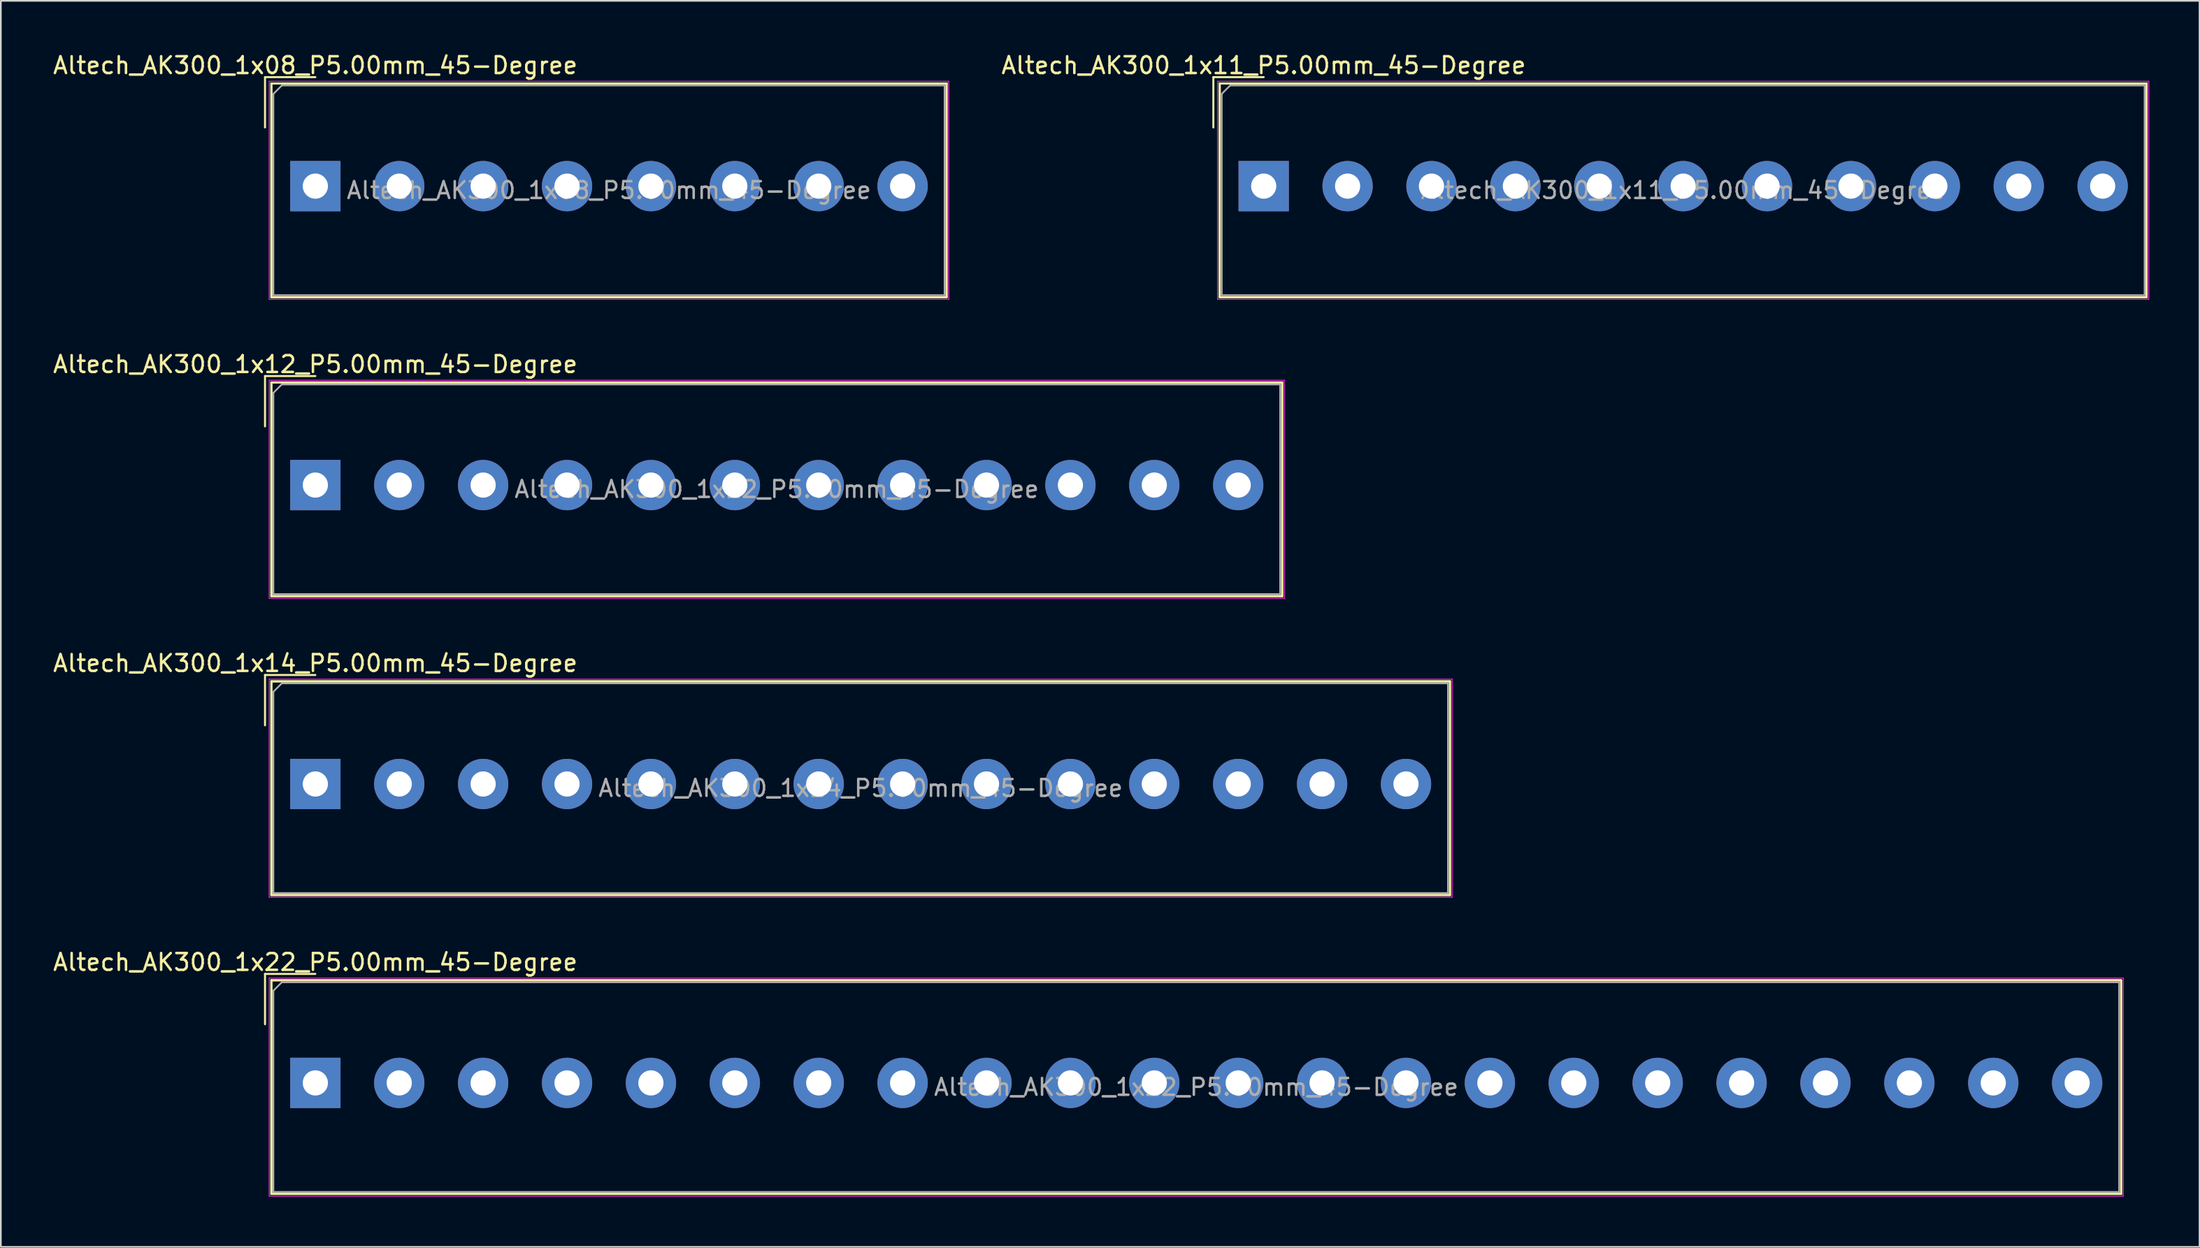
<source format=kicad_pcb>
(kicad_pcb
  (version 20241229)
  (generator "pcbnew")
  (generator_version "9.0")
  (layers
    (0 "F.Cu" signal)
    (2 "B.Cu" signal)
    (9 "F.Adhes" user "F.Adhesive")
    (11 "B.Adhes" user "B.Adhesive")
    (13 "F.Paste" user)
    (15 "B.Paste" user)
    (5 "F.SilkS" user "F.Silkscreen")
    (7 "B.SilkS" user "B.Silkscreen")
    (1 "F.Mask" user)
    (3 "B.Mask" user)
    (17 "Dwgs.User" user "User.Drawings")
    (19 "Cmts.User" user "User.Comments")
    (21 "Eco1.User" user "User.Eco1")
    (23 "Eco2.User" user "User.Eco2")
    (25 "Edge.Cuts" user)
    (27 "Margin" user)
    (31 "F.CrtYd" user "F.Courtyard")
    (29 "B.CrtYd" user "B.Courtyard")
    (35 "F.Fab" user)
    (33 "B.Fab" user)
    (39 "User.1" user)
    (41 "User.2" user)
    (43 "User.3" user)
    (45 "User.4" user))
  (footprint "Altech_AK300_1x14_P5.00mm_45-Degree"
    (layer "F.Cu")
    (at 15.744 43.695)
    (property "Reference" "Altech_AK300_1x14_P5.00mm_45-Degree" (at 0 -7.2 0) (layer "F.SilkS") (effects (font (size 1 1) (thickness 0.15))))
    (attr through_hole)
    (fp_line (start -3 -6.5) (end 0 -6.5) (stroke (width 0.12) (type solid)) (layer "F.SilkS"))
    (fp_line (start -3 -3.5) (end -3 -6.5) (stroke (width 0.12) (type solid)) (layer "F.SilkS"))
    (fp_line (start -2.62 -6.12) (end -2.62 6.62) (stroke (width 0.12) (type solid)) (layer "F.SilkS"))
    (fp_line (start -2.62 -6.12) (end -2.62 6.62) (stroke (width 0.12) (type solid)) (layer "F.SilkS"))
    (fp_line (start -2.62 -6.12) (end 67.62 -6.12) (stroke (width 0.12) (type solid)) (layer "F.SilkS"))
    (fp_line (start -2.62 -6.12) (end 67.62 -6.12) (stroke (width 0.12) (type solid)) (layer "F.SilkS"))
    (fp_line (start -2.62 6.62) (end 67.62 6.62) (stroke (width 0.12) (type solid)) (layer "F.SilkS"))
    (fp_line (start -2.62 6.62) (end 67.62 6.62) (stroke (width 0.12) (type solid)) (layer "F.SilkS"))
    (fp_line (start 67.62 -6.12) (end 67.62 6.62) (stroke (width 0.12) (type solid)) (layer "F.SilkS"))
    (fp_line (start 67.62 -6.12) (end 67.62 6.62) (stroke (width 0.12) (type solid)) (layer "F.SilkS"))
    (fp_line (start -2.75 -6.25) (end -2.75 6.75) (stroke (width 0.05) (type solid)) (layer "F.CrtYd"))
    (fp_line (start -2.75 -6.25) (end 67.75 -6.25) (stroke (width 0.05) (type solid)) (layer "F.CrtYd"))
    (fp_line (start -2.75 6.75) (end 67.75 6.75) (stroke (width 0.05) (type solid)) (layer "F.CrtYd"))
    (fp_line (start 67.75 -6.25) (end 67.75 6.75) (stroke (width 0.05) (type solid)) (layer "F.CrtYd"))
    (fp_line (start -2.5 -5.5) (end -2 -6) (stroke (width 0.1) (type solid)) (layer "F.Fab"))
    (fp_line (start -2.5 6.5) (end -2.5 -5.5) (stroke (width 0.1) (type solid)) (layer "F.Fab"))
    (fp_line (start -2 -6) (end 67.5 -6) (stroke (width 0.1) (type solid)) (layer "F.Fab"))
    (fp_line (start 67.5 -6) (end 67.5 6.5) (stroke (width 0.1) (type solid)) (layer "F.Fab"))
    (fp_line (start 67.5 6.5) (end -2.5 6.5) (stroke (width 0.1) (type solid)) (layer "F.Fab"))
    (fp_text user "${REFERENCE}" (at 32.5 0.25 0) (layer "F.Fab") (effects (font (size 1 1) (thickness 0.15))))
    (pad "1" thru_hole rect (at 0 0) (size 3 3) (drill 1.5) (layers "*.Cu" "*.Mask"))
    (pad "2" thru_hole circle (at 5 0) (size 3 3) (drill 1.5) (layers "*.Cu" "*.Mask"))
    (pad "3" thru_hole circle (at 10 0) (size 3 3) (drill 1.5) (layers "*.Cu" "*.Mask"))
    (pad "4" thru_hole circle (at 15 0) (size 3 3) (drill 1.5) (layers "*.Cu" "*.Mask"))
    (pad "5" thru_hole circle (at 20 0) (size 3 3) (drill 1.5) (layers "*.Cu" "*.Mask"))
    (pad "6" thru_hole circle (at 25 0) (size 3 3) (drill 1.5) (layers "*.Cu" "*.Mask"))
    (pad "7" thru_hole circle (at 30 0) (size 3 3) (drill 1.5) (layers "*.Cu" "*.Mask"))
    (pad "8" thru_hole circle (at 35 0) (size 3 3) (drill 1.5) (layers "*.Cu" "*.Mask"))
    (pad "9" thru_hole circle (at 40 0) (size 3 3) (drill 1.5) (layers "*.Cu" "*.Mask"))
    (pad "10" thru_hole circle (at 45 0) (size 3 3) (drill 1.5) (layers "*.Cu" "*.Mask"))
    (pad "11" thru_hole circle (at 50 0) (size 3 3) (drill 1.5) (layers "*.Cu" "*.Mask"))
    (pad "12" thru_hole circle (at 55 0) (size 3 3) (drill 1.5) (layers "*.Cu" "*.Mask"))
    (pad "13" thru_hole circle (at 60 0) (size 3 3) (drill 1.5) (layers "*.Cu" "*.Mask"))
    (pad "14" thru_hole circle (at 65 0) (size 3 3) (drill 1.5) (layers "*.Cu" "*.Mask")))
  (footprint "Altech_AK300_1x11_P5.00mm_45-Degree"
    (layer "F.Cu")
    (at 72.263 8.048)
    (property "Reference" "Altech_AK300_1x11_P5.00mm_45-Degree" (at 0 -7.2 0) (layer "F.SilkS") (effects (font (size 1 1) (thickness 0.15))))
    (attr through_hole)
    (fp_line (start -3 -6.5) (end 0 -6.5) (stroke (width 0.12) (type solid)) (layer "F.SilkS"))
    (fp_line (start -3 -3.5) (end -3 -6.5) (stroke (width 0.12) (type solid)) (layer "F.SilkS"))
    (fp_line (start -2.62 -6.12) (end -2.62 6.62) (stroke (width 0.12) (type solid)) (layer "F.SilkS"))
    (fp_line (start -2.62 -6.12) (end -2.62 6.62) (stroke (width 0.12) (type solid)) (layer "F.SilkS"))
    (fp_line (start -2.62 -6.12) (end 52.62 -6.12) (stroke (width 0.12) (type solid)) (layer "F.SilkS"))
    (fp_line (start -2.62 -6.12) (end 52.62 -6.12) (stroke (width 0.12) (type solid)) (layer "F.SilkS"))
    (fp_line (start -2.62 6.62) (end 52.62 6.62) (stroke (width 0.12) (type solid)) (layer "F.SilkS"))
    (fp_line (start -2.62 6.62) (end 52.62 6.62) (stroke (width 0.12) (type solid)) (layer "F.SilkS"))
    (fp_line (start 52.62 -6.12) (end 52.62 6.62) (stroke (width 0.12) (type solid)) (layer "F.SilkS"))
    (fp_line (start 52.62 -6.12) (end 52.62 6.62) (stroke (width 0.12) (type solid)) (layer "F.SilkS"))
    (fp_line (start -2.75 -6.25) (end -2.75 6.75) (stroke (width 0.05) (type solid)) (layer "F.CrtYd"))
    (fp_line (start -2.75 -6.25) (end 52.75 -6.25) (stroke (width 0.05) (type solid)) (layer "F.CrtYd"))
    (fp_line (start -2.75 6.75) (end 52.75 6.75) (stroke (width 0.05) (type solid)) (layer "F.CrtYd"))
    (fp_line (start 52.75 -6.25) (end 52.75 6.75) (stroke (width 0.05) (type solid)) (layer "F.CrtYd"))
    (fp_line (start -2.5 -5.5) (end -2 -6) (stroke (width 0.1) (type solid)) (layer "F.Fab"))
    (fp_line (start -2.5 6.5) (end -2.5 -5.5) (stroke (width 0.1) (type solid)) (layer "F.Fab"))
    (fp_line (start -2 -6) (end 52.5 -6) (stroke (width 0.1) (type solid)) (layer "F.Fab"))
    (fp_line (start 52.5 -6) (end 52.5 6.5) (stroke (width 0.1) (type solid)) (layer "F.Fab"))
    (fp_line (start 52.5 6.5) (end -2.5 6.5) (stroke (width 0.1) (type solid)) (layer "F.Fab"))
    (fp_text user "${REFERENCE}" (at 25 0.25 0) (layer "F.Fab") (effects (font (size 1 1) (thickness 0.15))))
    (pad "1" thru_hole rect (at 0 0) (size 3 3) (drill 1.5) (layers "*.Cu" "*.Mask"))
    (pad "2" thru_hole circle (at 5 0) (size 3 3) (drill 1.5) (layers "*.Cu" "*.Mask"))
    (pad "3" thru_hole circle (at 10 0) (size 3 3) (drill 1.5) (layers "*.Cu" "*.Mask"))
    (pad "4" thru_hole circle (at 15 0) (size 3 3) (drill 1.5) (layers "*.Cu" "*.Mask"))
    (pad "5" thru_hole circle (at 20 0) (size 3 3) (drill 1.5) (layers "*.Cu" "*.Mask"))
    (pad "6" thru_hole circle (at 25 0) (size 3 3) (drill 1.5) (layers "*.Cu" "*.Mask"))
    (pad "7" thru_hole circle (at 30 0) (size 3 3) (drill 1.5) (layers "*.Cu" "*.Mask"))
    (pad "8" thru_hole circle (at 35 0) (size 3 3) (drill 1.5) (layers "*.Cu" "*.Mask"))
    (pad "9" thru_hole circle (at 40 0) (size 3 3) (drill 1.5) (layers "*.Cu" "*.Mask"))
    (pad "10" thru_hole circle (at 45 0) (size 3 3) (drill 1.5) (layers "*.Cu" "*.Mask"))
    (pad "11" thru_hole circle (at 50 0) (size 3 3) (drill 1.5) (layers "*.Cu" "*.Mask")))
  (footprint "Altech_AK300_1x22_P5.00mm_45-Degree"
    (layer "F.Cu")
    (at 15.744 61.518)
    (property "Reference" "Altech_AK300_1x22_P5.00mm_45-Degree" (at 0 -7.2 0) (layer "F.SilkS") (effects (font (size 1 1) (thickness 0.15))))
    (attr through_hole)
    (fp_line (start -3 -6.5) (end 0 -6.5) (stroke (width 0.12) (type solid)) (layer "F.SilkS"))
    (fp_line (start -3 -3.5) (end -3 -6.5) (stroke (width 0.12) (type solid)) (layer "F.SilkS"))
    (fp_line (start -2.62 -6.12) (end -2.62 6.62) (stroke (width 0.12) (type solid)) (layer "F.SilkS"))
    (fp_line (start -2.62 -6.12) (end -2.62 6.62) (stroke (width 0.12) (type solid)) (layer "F.SilkS"))
    (fp_line (start -2.62 -6.12) (end 107.62 -6.12) (stroke (width 0.12) (type solid)) (layer "F.SilkS"))
    (fp_line (start -2.62 -6.12) (end 107.62 -6.12) (stroke (width 0.12) (type solid)) (layer "F.SilkS"))
    (fp_line (start -2.62 6.62) (end 107.62 6.62) (stroke (width 0.12) (type solid)) (layer "F.SilkS"))
    (fp_line (start -2.62 6.62) (end 107.62 6.62) (stroke (width 0.12) (type solid)) (layer "F.SilkS"))
    (fp_line (start 107.62 -6.12) (end 107.62 6.62) (stroke (width 0.12) (type solid)) (layer "F.SilkS"))
    (fp_line (start 107.62 -6.12) (end 107.62 6.62) (stroke (width 0.12) (type solid)) (layer "F.SilkS"))
    (fp_line (start -2.75 -6.25) (end -2.75 6.75) (stroke (width 0.05) (type solid)) (layer "F.CrtYd"))
    (fp_line (start -2.75 -6.25) (end 107.75 -6.25) (stroke (width 0.05) (type solid)) (layer "F.CrtYd"))
    (fp_line (start -2.75 6.75) (end 107.75 6.75) (stroke (width 0.05) (type solid)) (layer "F.CrtYd"))
    (fp_line (start 107.75 -6.25) (end 107.75 6.75) (stroke (width 0.05) (type solid)) (layer "F.CrtYd"))
    (fp_line (start -2.5 -5.5) (end -2 -6) (stroke (width 0.1) (type solid)) (layer "F.Fab"))
    (fp_line (start -2.5 6.5) (end -2.5 -5.5) (stroke (width 0.1) (type solid)) (layer "F.Fab"))
    (fp_line (start -2 -6) (end 107.5 -6) (stroke (width 0.1) (type solid)) (layer "F.Fab"))
    (fp_line (start 107.5 -6) (end 107.5 6.5) (stroke (width 0.1) (type solid)) (layer "F.Fab"))
    (fp_line (start 107.5 6.5) (end -2.5 6.5) (stroke (width 0.1) (type solid)) (layer "F.Fab"))
    (fp_text user "${REFERENCE}" (at 52.5 0.25 0) (layer "F.Fab") (effects (font (size 1 1) (thickness 0.15))))
    (pad "1" thru_hole rect (at 0 0) (size 3 3) (drill 1.5) (layers "*.Cu" "*.Mask"))
    (pad "2" thru_hole circle (at 5 0) (size 3 3) (drill 1.5) (layers "*.Cu" "*.Mask"))
    (pad "3" thru_hole circle (at 10 0) (size 3 3) (drill 1.5) (layers "*.Cu" "*.Mask"))
    (pad "4" thru_hole circle (at 15 0) (size 3 3) (drill 1.5) (layers "*.Cu" "*.Mask"))
    (pad "5" thru_hole circle (at 20 0) (size 3 3) (drill 1.5) (layers "*.Cu" "*.Mask"))
    (pad "6" thru_hole circle (at 25 0) (size 3 3) (drill 1.5) (layers "*.Cu" "*.Mask"))
    (pad "7" thru_hole circle (at 30 0) (size 3 3) (drill 1.5) (layers "*.Cu" "*.Mask"))
    (pad "8" thru_hole circle (at 35 0) (size 3 3) (drill 1.5) (layers "*.Cu" "*.Mask"))
    (pad "9" thru_hole circle (at 40 0) (size 3 3) (drill 1.5) (layers "*.Cu" "*.Mask"))
    (pad "10" thru_hole circle (at 45 0) (size 3 3) (drill 1.5) (layers "*.Cu" "*.Mask"))
    (pad "11" thru_hole circle (at 50 0) (size 3 3) (drill 1.5) (layers "*.Cu" "*.Mask"))
    (pad "12" thru_hole circle (at 55 0) (size 3 3) (drill 1.5) (layers "*.Cu" "*.Mask"))
    (pad "13" thru_hole circle (at 60 0) (size 3 3) (drill 1.5) (layers "*.Cu" "*.Mask"))
    (pad "14" thru_hole circle (at 65 0) (size 3 3) (drill 1.5) (layers "*.Cu" "*.Mask"))
    (pad "15" thru_hole circle (at 70 0) (size 3 3) (drill 1.5) (layers "*.Cu" "*.Mask"))
    (pad "16" thru_hole circle (at 75 0) (size 3 3) (drill 1.5) (layers "*.Cu" "*.Mask"))
    (pad "17" thru_hole circle (at 80 0) (size 3 3) (drill 1.5) (layers "*.Cu" "*.Mask"))
    (pad "18" thru_hole circle (at 85 0) (size 3 3) (drill 1.5) (layers "*.Cu" "*.Mask"))
    (pad "19" thru_hole circle (at 90 0) (size 3 3) (drill 1.5) (layers "*.Cu" "*.Mask"))
    (pad "20" thru_hole circle (at 95 0) (size 3 3) (drill 1.5) (layers "*.Cu" "*.Mask"))
    (pad "21" thru_hole circle (at 100 0) (size 3 3) (drill 1.5) (layers "*.Cu" "*.Mask"))
    (pad "22" thru_hole circle (at 105 0) (size 3 3) (drill 1.5) (layers "*.Cu" "*.Mask")))
  (footprint "Altech_AK300_1x12_P5.00mm_45-Degree"
    (layer "F.Cu")
    (at 15.744 25.872)
    (property "Reference" "Altech_AK300_1x12_P5.00mm_45-Degree" (at 0 -7.2 0) (layer "F.SilkS") (effects (font (size 1 1) (thickness 0.15))))
    (attr through_hole)
    (fp_line (start -3 -6.5) (end 0 -6.5) (stroke (width 0.12) (type solid)) (layer "F.SilkS"))
    (fp_line (start -3 -3.5) (end -3 -6.5) (stroke (width 0.12) (type solid)) (layer "F.SilkS"))
    (fp_line (start -2.62 -6.12) (end -2.62 6.62) (stroke (width 0.12) (type solid)) (layer "F.SilkS"))
    (fp_line (start -2.62 -6.12) (end -2.62 6.62) (stroke (width 0.12) (type solid)) (layer "F.SilkS"))
    (fp_line (start -2.62 -6.12) (end 57.62 -6.12) (stroke (width 0.12) (type solid)) (layer "F.SilkS"))
    (fp_line (start -2.62 -6.12) (end 57.62 -6.12) (stroke (width 0.12) (type solid)) (layer "F.SilkS"))
    (fp_line (start -2.62 6.62) (end 57.62 6.62) (stroke (width 0.12) (type solid)) (layer "F.SilkS"))
    (fp_line (start -2.62 6.62) (end 57.62 6.62) (stroke (width 0.12) (type solid)) (layer "F.SilkS"))
    (fp_line (start 57.62 -6.12) (end 57.62 6.62) (stroke (width 0.12) (type solid)) (layer "F.SilkS"))
    (fp_line (start 57.62 -6.12) (end 57.62 6.62) (stroke (width 0.12) (type solid)) (layer "F.SilkS"))
    (fp_line (start -2.75 -6.25) (end -2.75 6.75) (stroke (width 0.05) (type solid)) (layer "F.CrtYd"))
    (fp_line (start -2.75 -6.25) (end 57.75 -6.25) (stroke (width 0.05) (type solid)) (layer "F.CrtYd"))
    (fp_line (start -2.75 6.75) (end 57.75 6.75) (stroke (width 0.05) (type solid)) (layer "F.CrtYd"))
    (fp_line (start 57.75 -6.25) (end 57.75 6.75) (stroke (width 0.05) (type solid)) (layer "F.CrtYd"))
    (fp_line (start -2.5 -5.5) (end -2 -6) (stroke (width 0.1) (type solid)) (layer "F.Fab"))
    (fp_line (start -2.5 6.5) (end -2.5 -5.5) (stroke (width 0.1) (type solid)) (layer "F.Fab"))
    (fp_line (start -2 -6) (end 57.5 -6) (stroke (width 0.1) (type solid)) (layer "F.Fab"))
    (fp_line (start 57.5 -6) (end 57.5 6.5) (stroke (width 0.1) (type solid)) (layer "F.Fab"))
    (fp_line (start 57.5 6.5) (end -2.5 6.5) (stroke (width 0.1) (type solid)) (layer "F.Fab"))
    (fp_text user "${REFERENCE}" (at 27.5 0.25 0) (layer "F.Fab") (effects (font (size 1 1) (thickness 0.15))))
    (pad "1" thru_hole rect (at 0 0) (size 3 3) (drill 1.5) (layers "*.Cu" "*.Mask"))
    (pad "2" thru_hole circle (at 5 0) (size 3 3) (drill 1.5) (layers "*.Cu" "*.Mask"))
    (pad "3" thru_hole circle (at 10 0) (size 3 3) (drill 1.5) (layers "*.Cu" "*.Mask"))
    (pad "4" thru_hole circle (at 15 0) (size 3 3) (drill 1.5) (layers "*.Cu" "*.Mask"))
    (pad "5" thru_hole circle (at 20 0) (size 3 3) (drill 1.5) (layers "*.Cu" "*.Mask"))
    (pad "6" thru_hole circle (at 25 0) (size 3 3) (drill 1.5) (layers "*.Cu" "*.Mask"))
    (pad "7" thru_hole circle (at 30 0) (size 3 3) (drill 1.5) (layers "*.Cu" "*.Mask"))
    (pad "8" thru_hole circle (at 35 0) (size 3 3) (drill 1.5) (layers "*.Cu" "*.Mask"))
    (pad "9" thru_hole circle (at 40 0) (size 3 3) (drill 1.5) (layers "*.Cu" "*.Mask"))
    (pad "10" thru_hole circle (at 45 0) (size 3 3) (drill 1.5) (layers "*.Cu" "*.Mask"))
    (pad "11" thru_hole circle (at 50 0) (size 3 3) (drill 1.5) (layers "*.Cu" "*.Mask"))
    (pad "12" thru_hole circle (at 55 0) (size 3 3) (drill 1.5) (layers "*.Cu" "*.Mask")))
  (footprint "Altech_AK300_1x08_P5.00mm_45-Degree"
    (layer "F.Cu")
    (at 15.744 8.048)
    (property "Reference" "Altech_AK300_1x08_P5.00mm_45-Degree" (at 0 -7.2 0) (layer "F.SilkS") (effects (font (size 1 1) (thickness 0.15))))
    (attr through_hole)
    (fp_line (start -3 -6.5) (end 0 -6.5) (stroke (width 0.12) (type solid)) (layer "F.SilkS"))
    (fp_line (start -3 -3.5) (end -3 -6.5) (stroke (width 0.12) (type solid)) (layer "F.SilkS"))
    (fp_line (start -2.62 -6.12) (end -2.62 6.62) (stroke (width 0.12) (type solid)) (layer "F.SilkS"))
    (fp_line (start -2.62 -6.12) (end -2.62 6.62) (stroke (width 0.12) (type solid)) (layer "F.SilkS"))
    (fp_line (start -2.62 -6.12) (end 37.62 -6.12) (stroke (width 0.12) (type solid)) (layer "F.SilkS"))
    (fp_line (start -2.62 -6.12) (end 37.62 -6.12) (stroke (width 0.12) (type solid)) (layer "F.SilkS"))
    (fp_line (start -2.62 6.62) (end 37.62 6.62) (stroke (width 0.12) (type solid)) (layer "F.SilkS"))
    (fp_line (start -2.62 6.62) (end 37.62 6.62) (stroke (width 0.12) (type solid)) (layer "F.SilkS"))
    (fp_line (start 37.62 -6.12) (end 37.62 6.62) (stroke (width 0.12) (type solid)) (layer "F.SilkS"))
    (fp_line (start 37.62 -6.12) (end 37.62 6.62) (stroke (width 0.12) (type solid)) (layer "F.SilkS"))
    (fp_line (start -2.75 -6.25) (end -2.75 6.75) (stroke (width 0.05) (type solid)) (layer "F.CrtYd"))
    (fp_line (start -2.75 -6.25) (end 37.75 -6.25) (stroke (width 0.05) (type solid)) (layer "F.CrtYd"))
    (fp_line (start -2.75 6.75) (end 37.75 6.75) (stroke (width 0.05) (type solid)) (layer "F.CrtYd"))
    (fp_line (start 37.75 -6.25) (end 37.75 6.75) (stroke (width 0.05) (type solid)) (layer "F.CrtYd"))
    (fp_line (start -2.5 -5.5) (end -2 -6) (stroke (width 0.1) (type solid)) (layer "F.Fab"))
    (fp_line (start -2.5 6.5) (end -2.5 -5.5) (stroke (width 0.1) (type solid)) (layer "F.Fab"))
    (fp_line (start -2 -6) (end 37.5 -6) (stroke (width 0.1) (type solid)) (layer "F.Fab"))
    (fp_line (start 37.5 -6) (end 37.5 6.5) (stroke (width 0.1) (type solid)) (layer "F.Fab"))
    (fp_line (start 37.5 6.5) (end -2.5 6.5) (stroke (width 0.1) (type solid)) (layer "F.Fab"))
    (fp_text user "${REFERENCE}" (at 17.5 0.25 0) (layer "F.Fab") (effects (font (size 1 1) (thickness 0.15))))
    (pad "1" thru_hole rect (at 0 0) (size 3 3) (drill 1.5) (layers "*.Cu" "*.Mask"))
    (pad "2" thru_hole circle (at 5 0) (size 3 3) (drill 1.5) (layers "*.Cu" "*.Mask"))
    (pad "3" thru_hole circle (at 10 0) (size 3 3) (drill 1.5) (layers "*.Cu" "*.Mask"))
    (pad "4" thru_hole circle (at 15 0) (size 3 3) (drill 1.5) (layers "*.Cu" "*.Mask"))
    (pad "5" thru_hole circle (at 20 0) (size 3 3) (drill 1.5) (layers "*.Cu" "*.Mask"))
    (pad "6" thru_hole circle (at 25 0) (size 3 3) (drill 1.5) (layers "*.Cu" "*.Mask"))
    (pad "7" thru_hole circle (at 30 0) (size 3 3) (drill 1.5) (layers "*.Cu" "*.Mask"))
    (pad "8" thru_hole circle (at 35 0) (size 3 3) (drill 1.5) (layers "*.Cu" "*.Mask")))
  (gr_rect
    (start -3 -3)
    (end 128.038 71.293)
    (stroke (width 0.1) (type default))
    (fill no)
    (layer "Edge.Cuts")))
</source>
